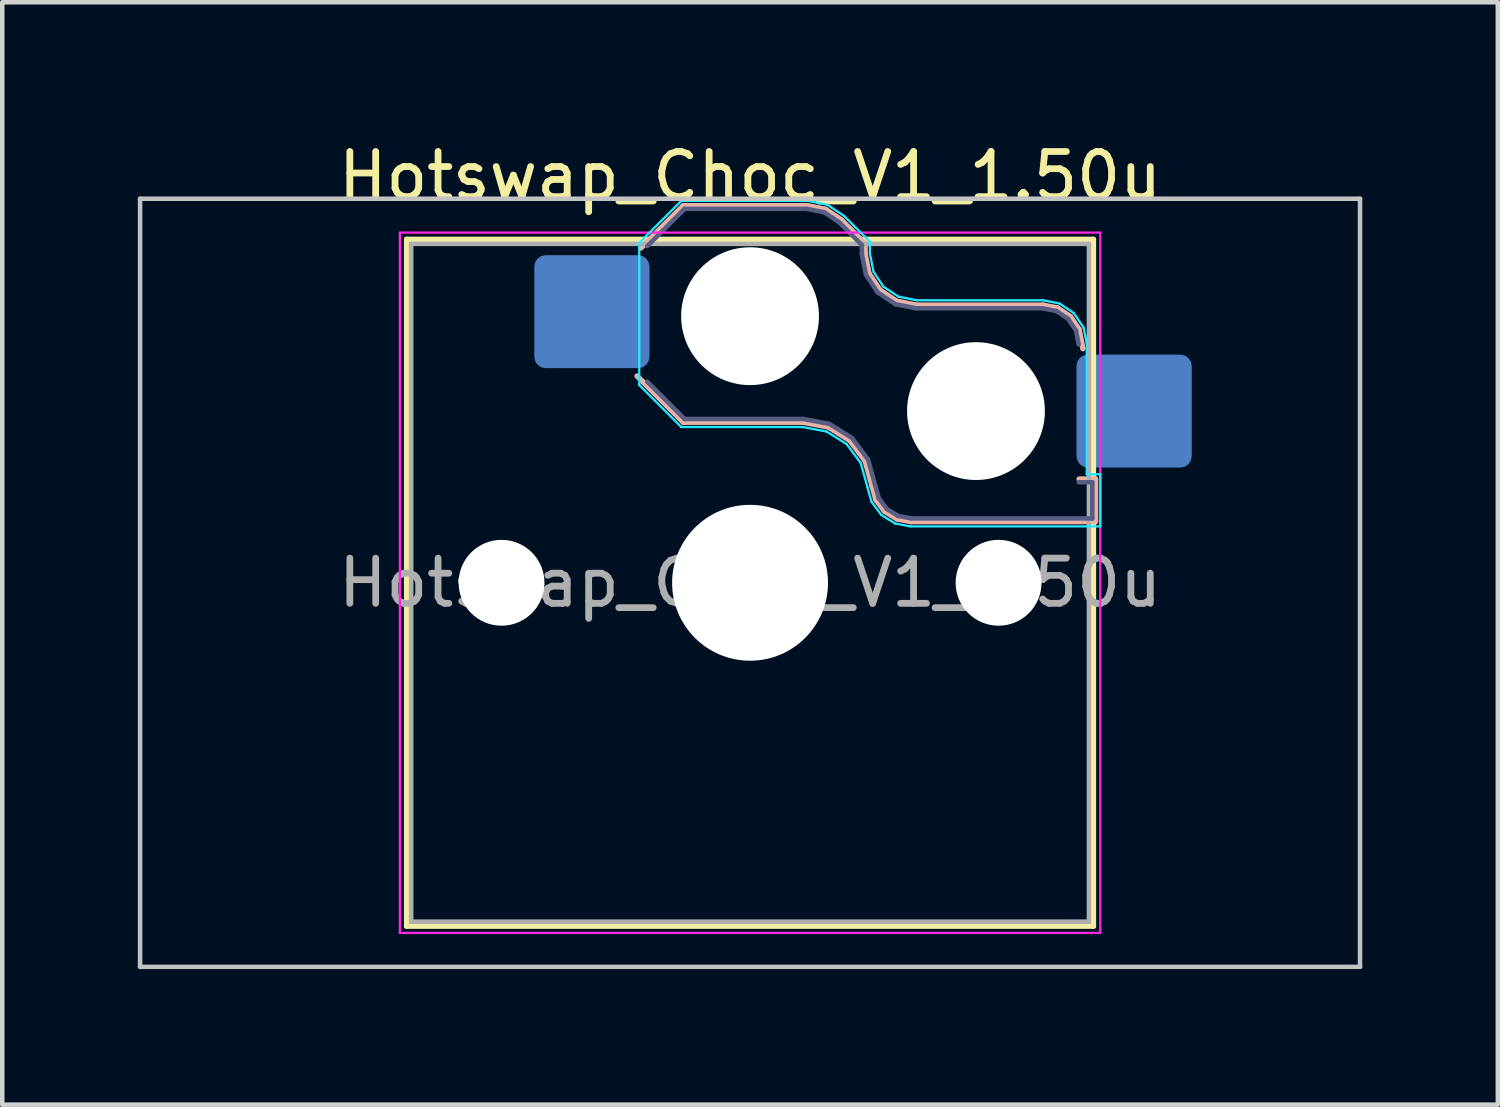
<source format=kicad_pcb>
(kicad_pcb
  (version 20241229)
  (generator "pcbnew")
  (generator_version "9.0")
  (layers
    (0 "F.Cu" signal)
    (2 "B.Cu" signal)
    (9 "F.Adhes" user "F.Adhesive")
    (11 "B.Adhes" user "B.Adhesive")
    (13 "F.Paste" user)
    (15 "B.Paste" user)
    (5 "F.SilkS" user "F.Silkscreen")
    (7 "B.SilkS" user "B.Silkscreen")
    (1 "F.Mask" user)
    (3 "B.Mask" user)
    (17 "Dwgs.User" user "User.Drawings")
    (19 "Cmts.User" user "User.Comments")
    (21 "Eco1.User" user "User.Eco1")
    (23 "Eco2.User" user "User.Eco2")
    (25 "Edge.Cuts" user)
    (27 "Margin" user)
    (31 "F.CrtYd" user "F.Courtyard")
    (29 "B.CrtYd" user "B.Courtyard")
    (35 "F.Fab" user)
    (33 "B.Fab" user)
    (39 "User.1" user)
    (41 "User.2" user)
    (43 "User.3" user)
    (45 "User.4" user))
  (footprint "Hotswap_Choc_V1_1.50u"
    (layer "F.Cu")
    (at 13.55 9.848)
    (property "Reference" "Hotswap_Choc_V1_1.50u" (at 0 -9 0) (layer "F.SilkS") (effects (font (size 1 1) (thickness 0.15))))
    (attr smd)
    (fp_line (start -7.6 -7.6) (end -7.6 7.6) (stroke (width 0.12) (type solid)) (layer "F.SilkS"))
    (fp_line (start -7.6 7.6) (end 7.6 7.6) (stroke (width 0.12) (type solid)) (layer "F.SilkS"))
    (fp_line (start 7.6 -7.6) (end -7.6 -7.6) (stroke (width 0.12) (type solid)) (layer "F.SilkS"))
    (fp_line (start 7.6 7.6) (end 7.6 -7.6) (stroke (width 0.12) (type solid)) (layer "F.SilkS"))
    (fp_line (start -2.416 -7.409) (end -1.479 -8.346) (stroke (width 0.12) (type solid)) (layer "B.SilkS"))
    (fp_line (start -1.479 -8.346) (end 1.268 -8.346) (stroke (width 0.12) (type solid)) (layer "B.SilkS"))
    (fp_line (start -1.479 -3.554) (end -2.5 -4.575) (stroke (width 0.12) (type solid)) (layer "B.SilkS"))
    (fp_line (start 1.168 -3.554) (end -1.479 -3.554) (stroke (width 0.12) (type solid)) (layer "B.SilkS"))
    (fp_line (start 1.268 -8.346) (end 1.671 -8.266) (stroke (width 0.12) (type solid)) (layer "B.SilkS"))
    (fp_line (start 1.671 -8.266) (end 2.013 -8.037) (stroke (width 0.12) (type solid)) (layer "B.SilkS"))
    (fp_line (start 1.73 -3.449) (end 1.168 -3.554) (stroke (width 0.12) (type solid)) (layer "B.SilkS"))
    (fp_line (start 2.013 -8.037) (end 2.546 -7.504) (stroke (width 0.12) (type solid)) (layer "B.SilkS"))
    (fp_line (start 2.209 -3.15) (end 1.73 -3.449) (stroke (width 0.12) (type solid)) (layer "B.SilkS"))
    (fp_line (start 2.546 -7.504) (end 2.546 -7.282) (stroke (width 0.12) (type solid)) (layer "B.SilkS"))
    (fp_line (start 2.546 -7.282) (end 2.633 -6.844) (stroke (width 0.12) (type solid)) (layer "B.SilkS"))
    (fp_line (start 2.547 -2.697) (end 2.209 -3.15) (stroke (width 0.12) (type solid)) (layer "B.SilkS"))
    (fp_line (start 2.633 -6.844) (end 2.877 -6.477) (stroke (width 0.12) (type solid)) (layer "B.SilkS"))
    (fp_line (start 2.701 -2.139) (end 2.547 -2.697) (stroke (width 0.12) (type solid)) (layer "B.SilkS"))
    (fp_line (start 2.783 -1.841) (end 2.701 -2.139) (stroke (width 0.12) (type solid)) (layer "B.SilkS"))
    (fp_line (start 2.877 -6.477) (end 3.244 -6.233) (stroke (width 0.12) (type solid)) (layer "B.SilkS"))
    (fp_line (start 2.976 -1.583) (end 2.783 -1.841) (stroke (width 0.12) (type solid)) (layer "B.SilkS"))
    (fp_line (start 3.244 -6.233) (end 3.682 -6.146) (stroke (width 0.12) (type solid)) (layer "B.SilkS"))
    (fp_line (start 3.25 -1.413) (end 2.976 -1.583) (stroke (width 0.12) (type solid)) (layer "B.SilkS"))
    (fp_line (start 3.56 -1.354) (end 3.25 -1.413) (stroke (width 0.12) (type solid)) (layer "B.SilkS"))
    (fp_line (start 3.682 -6.146) (end 6.482 -6.146) (stroke (width 0.12) (type solid)) (layer "B.SilkS"))
    (fp_line (start 6.482 -6.146) (end 6.809 -6.081) (stroke (width 0.12) (type solid)) (layer "B.SilkS"))
    (fp_line (start 6.809 -6.081) (end 7.092 -5.892) (stroke (width 0.12) (type solid)) (layer "B.SilkS"))
    (fp_line (start 7.092 -5.892) (end 7.281 -5.609) (stroke (width 0.12) (type solid)) (layer "B.SilkS"))
    (fp_line (start 7.281 -5.609) (end 7.366 -5.182) (stroke (width 0.12) (type solid)) (layer "B.SilkS"))
    (fp_line (start 7.283 -2.296) (end 7.646 -2.296) (stroke (width 0.12) (type solid)) (layer "B.SilkS"))
    (fp_line (start 7.646 -2.296) (end 7.646 -1.354) (stroke (width 0.12) (type solid)) (layer "B.SilkS"))
    (fp_line (start 7.646 -1.354) (end 3.56 -1.354) (stroke (width 0.12) (type solid)) (layer "B.SilkS"))
    (fp_line (start -13.5 -8.5) (end -13.5 8.5) (stroke (width 0.1) (type solid)) (layer "Dwgs.User"))
    (fp_line (start -13.5 8.5) (end 13.5 8.5) (stroke (width 0.1) (type solid)) (layer "Dwgs.User"))
    (fp_line (start 13.5 -8.5) (end -13.5 -8.5) (stroke (width 0.1) (type solid)) (layer "Dwgs.User"))
    (fp_line (start 13.5 8.5) (end 13.5 -8.5) (stroke (width 0.1) (type solid)) (layer "Dwgs.User"))
    (fp_line (start -7.25 -7.25) (end -7.25 7.25) (stroke (width 0.1) (type solid)) (layer "Eco1.User"))
    (fp_line (start -7.25 7.25) (end 7.25 7.25) (stroke (width 0.1) (type solid)) (layer "Eco1.User"))
    (fp_line (start 7.25 -7.25) (end -7.25 -7.25) (stroke (width 0.1) (type solid)) (layer "Eco1.User"))
    (fp_line (start 7.25 7.25) (end 7.25 -7.25) (stroke (width 0.1) (type solid)) (layer "Eco1.User"))
    (fp_line (start -2.452 -7.523) (end -1.523 -8.452) (stroke (width 0.05) (type solid)) (layer "B.CrtYd"))
    (fp_line (start -2.452 -4.377) (end -2.452 -7.523) (stroke (width 0.05) (type solid)) (layer "B.CrtYd"))
    (fp_line (start -1.523 -8.452) (end 1.278 -8.452) (stroke (width 0.05) (type solid)) (layer "B.CrtYd"))
    (fp_line (start -1.523 -3.448) (end -2.452 -4.377) (stroke (width 0.05) (type solid)) (layer "B.CrtYd"))
    (fp_line (start 1.159 -3.448) (end -1.523 -3.448) (stroke (width 0.05) (type solid)) (layer "B.CrtYd"))
    (fp_line (start 1.278 -8.452) (end 1.712 -8.366) (stroke (width 0.05) (type solid)) (layer "B.CrtYd"))
    (fp_line (start 1.691 -3.348) (end 1.159 -3.448) (stroke (width 0.05) (type solid)) (layer "B.CrtYd"))
    (fp_line (start 1.712 -8.366) (end 2.081 -8.119) (stroke (width 0.05) (type solid)) (layer "B.CrtYd"))
    (fp_line (start 2.081 -8.119) (end 2.652 -7.548) (stroke (width 0.05) (type solid)) (layer "B.CrtYd"))
    (fp_line (start 2.136 -3.071) (end 1.691 -3.348) (stroke (width 0.05) (type solid)) (layer "B.CrtYd"))
    (fp_line (start 2.45 -2.65) (end 2.136 -3.071) (stroke (width 0.05) (type solid)) (layer "B.CrtYd"))
    (fp_line (start 2.599 -2.111) (end 2.45 -2.65) (stroke (width 0.05) (type solid)) (layer "B.CrtYd"))
    (fp_line (start 2.652 -7.548) (end 2.652 -7.292) (stroke (width 0.05) (type solid)) (layer "B.CrtYd"))
    (fp_line (start 2.652 -7.292) (end 2.733 -6.885) (stroke (width 0.05) (type solid)) (layer "B.CrtYd"))
    (fp_line (start 2.687 -1.794) (end 2.599 -2.111) (stroke (width 0.05) (type solid)) (layer "B.CrtYd"))
    (fp_line (start 2.733 -6.885) (end 2.953 -6.553) (stroke (width 0.05) (type solid)) (layer "B.CrtYd"))
    (fp_line (start 2.903 -1.503) (end 2.687 -1.794) (stroke (width 0.05) (type solid)) (layer "B.CrtYd"))
    (fp_line (start 2.953 -6.553) (end 3.285 -6.333) (stroke (width 0.05) (type solid)) (layer "B.CrtYd"))
    (fp_line (start 3.211 -1.312) (end 2.903 -1.503) (stroke (width 0.05) (type solid)) (layer "B.CrtYd"))
    (fp_line (start 3.285 -6.333) (end 3.692 -6.252) (stroke (width 0.05) (type solid)) (layer "B.CrtYd"))
    (fp_line (start 3.55 -1.248) (end 3.211 -1.312) (stroke (width 0.05) (type solid)) (layer "B.CrtYd"))
    (fp_line (start 3.692 -6.252) (end 6.492 -6.252) (stroke (width 0.05) (type solid)) (layer "B.CrtYd"))
    (fp_line (start 6.492 -6.252) (end 6.85 -6.181) (stroke (width 0.05) (type solid)) (layer "B.CrtYd"))
    (fp_line (start 6.85 -6.181) (end 7.168 -5.968) (stroke (width 0.05) (type solid)) (layer "B.CrtYd"))
    (fp_line (start 7.168 -5.968) (end 7.381 -5.65) (stroke (width 0.05) (type solid)) (layer "B.CrtYd"))
    (fp_line (start 7.381 -5.65) (end 7.452 -5.292) (stroke (width 0.05) (type solid)) (layer "B.CrtYd"))
    (fp_line (start 7.452 -5.292) (end 7.452 -2.402) (stroke (width 0.05) (type solid)) (layer "B.CrtYd"))
    (fp_line (start 7.452 -2.402) (end 7.752 -2.402) (stroke (width 0.05) (type solid)) (layer "B.CrtYd"))
    (fp_line (start 7.752 -2.402) (end 7.752 -1.248) (stroke (width 0.05) (type solid)) (layer "B.CrtYd"))
    (fp_line (start 7.752 -1.248) (end 3.55 -1.248) (stroke (width 0.05) (type solid)) (layer "B.CrtYd"))
    (fp_line (start -7.75 -7.75) (end -7.75 7.75) (stroke (width 0.05) (type solid)) (layer "F.CrtYd"))
    (fp_line (start -7.75 7.75) (end 7.75 7.75) (stroke (width 0.05) (type solid)) (layer "F.CrtYd"))
    (fp_line (start 7.75 -7.75) (end -7.75 -7.75) (stroke (width 0.05) (type solid)) (layer "F.CrtYd"))
    (fp_line (start 7.75 7.75) (end 7.75 -7.75) (stroke (width 0.05) (type solid)) (layer "F.CrtYd"))
    (fp_line (start -2.275 -7.45) (end -1.45 -8.275) (stroke (width 0.1) (type solid)) (layer "B.Fab"))
    (fp_line (start -1.45 -8.275) (end 1.261 -8.275) (stroke (width 0.1) (type solid)) (layer "B.Fab"))
    (fp_line (start -1.45 -3.625) (end -2.275 -4.45) (stroke (width 0.1) (type solid)) (layer "B.Fab"))
    (fp_line (start 1.175 -3.625) (end -1.45 -3.625) (stroke (width 0.1) (type solid)) (layer "B.Fab"))
    (fp_line (start 1.261 -8.275) (end 1.643 -8.199) (stroke (width 0.1) (type solid)) (layer "B.Fab"))
    (fp_line (start 1.643 -8.199) (end 1.968 -7.982) (stroke (width 0.1) (type solid)) (layer "B.Fab"))
    (fp_line (start 1.756 -3.516) (end 1.175 -3.625) (stroke (width 0.1) (type solid)) (layer "B.Fab"))
    (fp_line (start 1.968 -7.982) (end 2.475 -7.475) (stroke (width 0.1) (type solid)) (layer "B.Fab"))
    (fp_line (start 2.258 -3.203) (end 1.756 -3.516) (stroke (width 0.1) (type solid)) (layer "B.Fab"))
    (fp_line (start 2.475 -7.475) (end 2.475 -7.275) (stroke (width 0.1) (type solid)) (layer "B.Fab"))
    (fp_line (start 2.475 -7.275) (end 2.566 -6.816) (stroke (width 0.1) (type solid)) (layer "B.Fab"))
    (fp_line (start 2.566 -6.816) (end 2.826 -6.426) (stroke (width 0.1) (type solid)) (layer "B.Fab"))
    (fp_line (start 2.612 -2.729) (end 2.258 -3.203) (stroke (width 0.1) (type solid)) (layer "B.Fab"))
    (fp_line (start 2.769 -2.158) (end 2.612 -2.729) (stroke (width 0.1) (type solid)) (layer "B.Fab"))
    (fp_line (start 2.826 -6.426) (end 3.216 -6.166) (stroke (width 0.1) (type solid)) (layer "B.Fab"))
    (fp_line (start 2.848 -1.873) (end 2.769 -2.158) (stroke (width 0.1) (type solid)) (layer "B.Fab"))
    (fp_line (start 3.025 -1.636) (end 2.848 -1.873) (stroke (width 0.1) (type solid)) (layer "B.Fab"))
    (fp_line (start 3.216 -6.166) (end 3.675 -6.075) (stroke (width 0.1) (type solid)) (layer "B.Fab"))
    (fp_line (start 3.276 -1.48) (end 3.025 -1.636) (stroke (width 0.1) (type solid)) (layer "B.Fab"))
    (fp_line (start 3.567 -1.425) (end 3.276 -1.48) (stroke (width 0.1) (type solid)) (layer "B.Fab"))
    (fp_line (start 3.675 -6.075) (end 6.475 -6.075) (stroke (width 0.1) (type solid)) (layer "B.Fab"))
    (fp_line (start 6.475 -6.075) (end 6.781 -6.014) (stroke (width 0.1) (type solid)) (layer "B.Fab"))
    (fp_line (start 6.781 -6.014) (end 7.041 -5.841) (stroke (width 0.1) (type solid)) (layer "B.Fab"))
    (fp_line (start 7.041 -5.841) (end 7.214 -5.581) (stroke (width 0.1) (type solid)) (layer "B.Fab"))
    (fp_line (start 7.214 -5.581) (end 7.275 -5.275) (stroke (width 0.1) (type solid)) (layer "B.Fab"))
    (fp_line (start 7.275 -2.225) (end 7.575 -2.225) (stroke (width 0.1) (type solid)) (layer "B.Fab"))
    (fp_line (start 7.575 -2.225) (end 7.575 -1.425) (stroke (width 0.1) (type solid)) (layer "B.Fab"))
    (fp_line (start 7.575 -1.425) (end 3.567 -1.425) (stroke (width 0.1) (type solid)) (layer "B.Fab"))
    (fp_line (start -7.5 -7.5) (end -7.5 7.5) (stroke (width 0.1) (type solid)) (layer "F.Fab"))
    (fp_line (start -7.5 7.5) (end 7.5 7.5) (stroke (width 0.1) (type solid)) (layer "F.Fab"))
    (fp_line (start 7.5 -7.5) (end -7.5 -7.5) (stroke (width 0.1) (type solid)) (layer "F.Fab"))
    (fp_line (start 7.5 7.5) (end 7.5 -7.5) (stroke (width 0.1) (type solid)) (layer "F.Fab"))
    (fp_text user "${REFERENCE}" (at 0 0 0) (layer "F.Fab") (effects (font (size 1 1) (thickness 0.15))))
    (pad "" np_thru_hole circle (at -5.5 0) (size 1.9 1.9) (drill 1.9) (layers "*.Cu" "*.Mask"))
    (pad "" np_thru_hole circle (at 0 -5.9) (size 3.05 3.05) (drill 3.05) (layers "*.Cu" "*.Mask"))
    (pad "" np_thru_hole circle (at 0 0) (size 3.45 3.45) (drill 3.45) (layers "*.Cu" "*.Mask"))
    (pad "" np_thru_hole circle (at 5 -3.8) (size 3.05 3.05) (drill 3.05) (layers "*.Cu" "*.Mask"))
    (pad "" np_thru_hole circle (at 5.5 0) (size 1.9 1.9) (drill 1.9) (layers "*.Cu" "*.Mask"))
    (pad "1" smd roundrect (at -3.5 -6) (size 2.55 2.5) (layers "B.Cu" "B.Mask" "B.Paste") (roundrect_rratio 0.1))
    (pad "2" smd roundrect (at 8.5 -3.8) (size 2.55 2.5) (layers "B.Cu" "B.Mask" "B.Paste") (roundrect_rratio 0.1)))
  (gr_rect
    (start -3 -3)
    (end 30.1 21.398)
    (stroke (width 0.1) (type default))
    (fill no)
    (layer "Edge.Cuts")))
</source>
